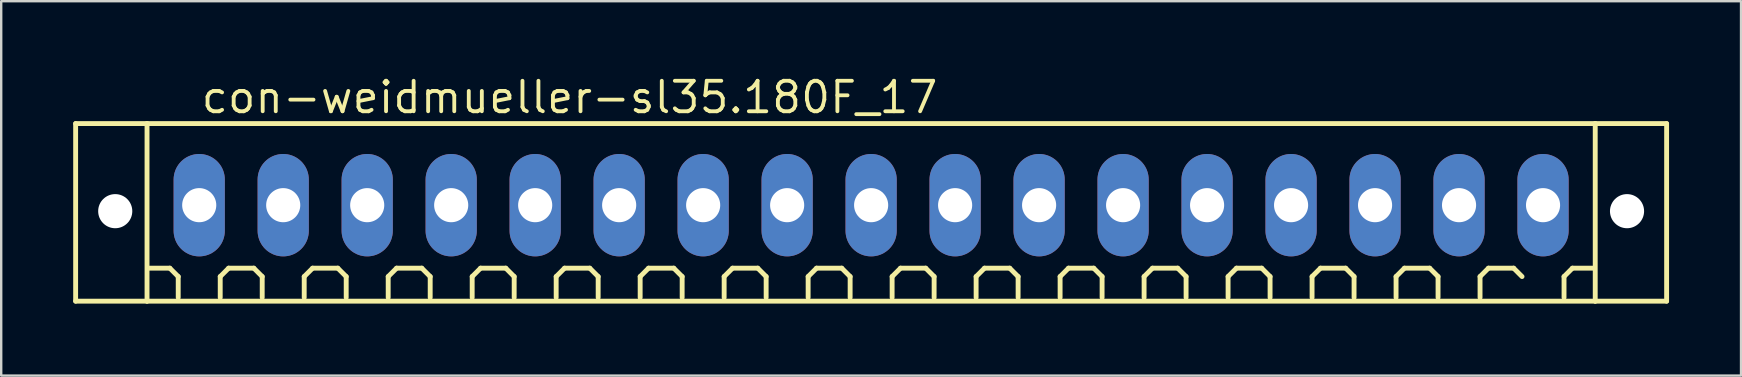
<source format=kicad_pcb>
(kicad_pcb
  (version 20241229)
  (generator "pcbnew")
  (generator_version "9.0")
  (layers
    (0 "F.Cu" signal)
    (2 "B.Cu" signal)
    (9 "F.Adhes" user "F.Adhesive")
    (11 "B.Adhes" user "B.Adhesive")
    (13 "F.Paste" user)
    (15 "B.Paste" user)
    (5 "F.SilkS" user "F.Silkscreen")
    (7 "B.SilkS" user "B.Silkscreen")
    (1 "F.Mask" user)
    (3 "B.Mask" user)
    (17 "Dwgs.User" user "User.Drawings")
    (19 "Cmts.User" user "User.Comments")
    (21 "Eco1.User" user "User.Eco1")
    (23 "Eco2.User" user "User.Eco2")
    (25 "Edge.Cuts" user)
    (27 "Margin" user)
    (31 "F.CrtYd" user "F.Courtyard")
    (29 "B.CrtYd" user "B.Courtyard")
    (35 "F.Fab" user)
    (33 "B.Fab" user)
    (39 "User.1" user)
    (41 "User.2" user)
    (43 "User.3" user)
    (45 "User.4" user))
  (footprint "con-weidmueller-sl35.180F_17"
    (layer "F.Cu")
    (at 33.252 5.5)
    (property "Reference" "con-weidmueller-sl35.180F_17" (at -28 -3.75 0) (layer "F.SilkS") (effects (font (size 1.27 1.27) (thickness 0.16)) (justify left bottom)))
    (attr through_hole)
    (fp_line (start -33.15 -3.4) (end -30.175 -3.4) (stroke (width 0.203) (type default)) (layer "F.SilkS"))
    (fp_line (start -33.15 4) (end -33.15 -3.4) (stroke (width 0.203) (type default)) (layer "F.SilkS"))
    (fp_line (start -30.175 -3.4) (end 30.175 -3.4) (stroke (width 0.203) (type default)) (layer "F.SilkS"))
    (fp_line (start -30.175 4) (end -33.15 4) (stroke (width 0.203) (type default)) (layer "F.SilkS"))
    (fp_line (start -30.175 4) (end -30.175 -3.4) (stroke (width 0.203) (type default)) (layer "F.SilkS"))
    (fp_line (start -29.225 2.625) (end -30.1 2.625) (stroke (width 0.203) (type default)) (layer "F.SilkS"))
    (fp_line (start -28.875 2.975) (end -29.225 2.625) (stroke (width 0.203) (type default)) (layer "F.SilkS"))
    (fp_line (start -28.875 3.85) (end -28.875 2.975) (stroke (width 0.203) (type default)) (layer "F.SilkS"))
    (fp_line (start -27.125 2.975) (end -26.775 2.625) (stroke (width 0.203) (type default)) (layer "F.SilkS"))
    (fp_line (start -27.125 3.85) (end -27.125 2.975) (stroke (width 0.203) (type default)) (layer "F.SilkS"))
    (fp_line (start -26.775 2.625) (end -25.725 2.625) (stroke (width 0.203) (type default)) (layer "F.SilkS"))
    (fp_line (start -25.725 2.625) (end -25.375 2.975) (stroke (width 0.203) (type default)) (layer "F.SilkS"))
    (fp_line (start -25.375 2.975) (end -25.375 3.85) (stroke (width 0.203) (type default)) (layer "F.SilkS"))
    (fp_line (start -23.625 2.975) (end -23.275 2.625) (stroke (width 0.203) (type default)) (layer "F.SilkS"))
    (fp_line (start -23.625 3.85) (end -23.625 2.975) (stroke (width 0.203) (type default)) (layer "F.SilkS"))
    (fp_line (start -23.275 2.625) (end -22.225 2.625) (stroke (width 0.203) (type default)) (layer "F.SilkS"))
    (fp_line (start -22.225 2.625) (end -21.875 2.975) (stroke (width 0.203) (type default)) (layer "F.SilkS"))
    (fp_line (start -21.875 2.975) (end -21.875 3.85) (stroke (width 0.203) (type default)) (layer "F.SilkS"))
    (fp_line (start -20.125 2.975) (end -19.775 2.625) (stroke (width 0.203) (type default)) (layer "F.SilkS"))
    (fp_line (start -20.125 3.85) (end -20.125 2.975) (stroke (width 0.203) (type default)) (layer "F.SilkS"))
    (fp_line (start -19.775 2.625) (end -18.725 2.625) (stroke (width 0.203) (type default)) (layer "F.SilkS"))
    (fp_line (start -18.725 2.625) (end -18.375 2.975) (stroke (width 0.203) (type default)) (layer "F.SilkS"))
    (fp_line (start -18.375 2.975) (end -18.375 3.85) (stroke (width 0.203) (type default)) (layer "F.SilkS"))
    (fp_line (start -16.625 2.975) (end -16.275 2.625) (stroke (width 0.203) (type default)) (layer "F.SilkS"))
    (fp_line (start -16.625 3.85) (end -16.625 2.975) (stroke (width 0.203) (type default)) (layer "F.SilkS"))
    (fp_line (start -16.275 2.625) (end -15.225 2.625) (stroke (width 0.203) (type default)) (layer "F.SilkS"))
    (fp_line (start -15.225 2.625) (end -14.875 2.975) (stroke (width 0.203) (type default)) (layer "F.SilkS"))
    (fp_line (start -14.875 2.975) (end -14.875 3.85) (stroke (width 0.203) (type default)) (layer "F.SilkS"))
    (fp_line (start -13.125 2.975) (end -12.775 2.625) (stroke (width 0.203) (type default)) (layer "F.SilkS"))
    (fp_line (start -13.125 3.85) (end -13.125 2.975) (stroke (width 0.203) (type default)) (layer "F.SilkS"))
    (fp_line (start -12.775 2.625) (end -11.725 2.625) (stroke (width 0.203) (type default)) (layer "F.SilkS"))
    (fp_line (start -11.725 2.625) (end -11.375 2.975) (stroke (width 0.203) (type default)) (layer "F.SilkS"))
    (fp_line (start -11.375 2.975) (end -11.375 3.85) (stroke (width 0.203) (type default)) (layer "F.SilkS"))
    (fp_line (start -9.625 2.975) (end -9.275 2.625) (stroke (width 0.203) (type default)) (layer "F.SilkS"))
    (fp_line (start -9.625 3.85) (end -9.625 2.975) (stroke (width 0.203) (type default)) (layer "F.SilkS"))
    (fp_line (start -9.275 2.625) (end -8.225 2.625) (stroke (width 0.203) (type default)) (layer "F.SilkS"))
    (fp_line (start -8.225 2.625) (end -7.875 2.975) (stroke (width 0.203) (type default)) (layer "F.SilkS"))
    (fp_line (start -7.875 2.975) (end -7.875 3.85) (stroke (width 0.203) (type default)) (layer "F.SilkS"))
    (fp_line (start -6.125 2.975) (end -5.775 2.625) (stroke (width 0.203) (type default)) (layer "F.SilkS"))
    (fp_line (start -6.125 3.85) (end -6.125 2.975) (stroke (width 0.203) (type default)) (layer "F.SilkS"))
    (fp_line (start -5.775 2.625) (end -4.725 2.625) (stroke (width 0.203) (type default)) (layer "F.SilkS"))
    (fp_line (start -4.725 2.625) (end -4.375 2.975) (stroke (width 0.203) (type default)) (layer "F.SilkS"))
    (fp_line (start -4.375 2.975) (end -4.375 3.85) (stroke (width 0.203) (type default)) (layer "F.SilkS"))
    (fp_line (start -2.625 2.975) (end -2.275 2.625) (stroke (width 0.203) (type default)) (layer "F.SilkS"))
    (fp_line (start -2.625 3.85) (end -2.625 2.975) (stroke (width 0.203) (type default)) (layer "F.SilkS"))
    (fp_line (start -2.275 2.625) (end -1.225 2.625) (stroke (width 0.203) (type default)) (layer "F.SilkS"))
    (fp_line (start -1.225 2.625) (end -0.875 2.975) (stroke (width 0.203) (type default)) (layer "F.SilkS"))
    (fp_line (start -0.875 2.975) (end -0.875 3.85) (stroke (width 0.203) (type default)) (layer "F.SilkS"))
    (fp_line (start 0.875 2.975) (end 1.225 2.625) (stroke (width 0.203) (type default)) (layer "F.SilkS"))
    (fp_line (start 0.875 3.85) (end 0.875 2.975) (stroke (width 0.203) (type default)) (layer "F.SilkS"))
    (fp_line (start 1.225 2.625) (end 2.275 2.625) (stroke (width 0.203) (type default)) (layer "F.SilkS"))
    (fp_line (start 2.275 2.625) (end 2.625 2.975) (stroke (width 0.203) (type default)) (layer "F.SilkS"))
    (fp_line (start 2.625 2.975) (end 2.625 3.85) (stroke (width 0.203) (type default)) (layer "F.SilkS"))
    (fp_line (start 4.375 2.975) (end 4.725 2.625) (stroke (width 0.203) (type default)) (layer "F.SilkS"))
    (fp_line (start 4.375 3.85) (end 4.375 2.975) (stroke (width 0.203) (type default)) (layer "F.SilkS"))
    (fp_line (start 4.725 2.625) (end 5.775 2.625) (stroke (width 0.203) (type default)) (layer "F.SilkS"))
    (fp_line (start 5.775 2.625) (end 6.125 2.975) (stroke (width 0.203) (type default)) (layer "F.SilkS"))
    (fp_line (start 6.125 2.975) (end 6.125 3.85) (stroke (width 0.203) (type default)) (layer "F.SilkS"))
    (fp_line (start 7.875 2.975) (end 8.225 2.625) (stroke (width 0.203) (type default)) (layer "F.SilkS"))
    (fp_line (start 7.875 3.85) (end 7.875 2.975) (stroke (width 0.203) (type default)) (layer "F.SilkS"))
    (fp_line (start 8.225 2.625) (end 9.275 2.625) (stroke (width 0.203) (type default)) (layer "F.SilkS"))
    (fp_line (start 9.275 2.625) (end 9.625 2.975) (stroke (width 0.203) (type default)) (layer "F.SilkS"))
    (fp_line (start 9.625 2.975) (end 9.625 3.85) (stroke (width 0.203) (type default)) (layer "F.SilkS"))
    (fp_line (start 11.375 2.975) (end 11.725 2.625) (stroke (width 0.203) (type default)) (layer "F.SilkS"))
    (fp_line (start 11.375 3.85) (end 11.375 2.975) (stroke (width 0.203) (type default)) (layer "F.SilkS"))
    (fp_line (start 11.725 2.625) (end 12.775 2.625) (stroke (width 0.203) (type default)) (layer "F.SilkS"))
    (fp_line (start 12.775 2.625) (end 13.125 2.975) (stroke (width 0.203) (type default)) (layer "F.SilkS"))
    (fp_line (start 13.125 2.975) (end 13.125 3.85) (stroke (width 0.203) (type default)) (layer "F.SilkS"))
    (fp_line (start 14.875 2.975) (end 15.225 2.625) (stroke (width 0.203) (type default)) (layer "F.SilkS"))
    (fp_line (start 14.875 3.85) (end 14.875 2.975) (stroke (width 0.203) (type default)) (layer "F.SilkS"))
    (fp_line (start 15.225 2.625) (end 16.275 2.625) (stroke (width 0.203) (type default)) (layer "F.SilkS"))
    (fp_line (start 16.275 2.625) (end 16.625 2.975) (stroke (width 0.203) (type default)) (layer "F.SilkS"))
    (fp_line (start 16.625 2.975) (end 16.625 3.85) (stroke (width 0.203) (type default)) (layer "F.SilkS"))
    (fp_line (start 18.375 2.975) (end 18.725 2.625) (stroke (width 0.203) (type default)) (layer "F.SilkS"))
    (fp_line (start 18.375 3.85) (end 18.375 2.975) (stroke (width 0.203) (type default)) (layer "F.SilkS"))
    (fp_line (start 18.725 2.625) (end 19.775 2.625) (stroke (width 0.203) (type default)) (layer "F.SilkS"))
    (fp_line (start 19.775 2.625) (end 20.125 2.975) (stroke (width 0.203) (type default)) (layer "F.SilkS"))
    (fp_line (start 20.125 2.975) (end 20.125 3.85) (stroke (width 0.203) (type default)) (layer "F.SilkS"))
    (fp_line (start 21.875 2.975) (end 22.225 2.625) (stroke (width 0.203) (type default)) (layer "F.SilkS"))
    (fp_line (start 21.875 3.85) (end 21.875 2.975) (stroke (width 0.203) (type default)) (layer "F.SilkS"))
    (fp_line (start 22.225 2.625) (end 23.275 2.625) (stroke (width 0.203) (type default)) (layer "F.SilkS"))
    (fp_line (start 23.275 2.625) (end 23.625 2.975) (stroke (width 0.203) (type default)) (layer "F.SilkS"))
    (fp_line (start 23.625 2.975) (end 23.625 3.85) (stroke (width 0.203) (type default)) (layer "F.SilkS"))
    (fp_line (start 25.375 2.975) (end 25.725 2.625) (stroke (width 0.203) (type default)) (layer "F.SilkS"))
    (fp_line (start 25.375 3.85) (end 25.375 2.975) (stroke (width 0.203) (type default)) (layer "F.SilkS"))
    (fp_line (start 25.725 2.625) (end 26.775 2.625) (stroke (width 0.203) (type default)) (layer "F.SilkS"))
    (fp_line (start 26.775 2.625) (end 27.125 2.975) (stroke (width 0.203) (type default)) (layer "F.SilkS"))
    (fp_line (start 28.875 2.975) (end 29.225 2.625) (stroke (width 0.203) (type default)) (layer "F.SilkS"))
    (fp_line (start 28.875 3.85) (end 28.875 2.975) (stroke (width 0.203) (type default)) (layer "F.SilkS"))
    (fp_line (start 29.225 2.625) (end 30.1 2.625) (stroke (width 0.203) (type default)) (layer "F.SilkS"))
    (fp_line (start 30.175 -3.4) (end 30.175 4) (stroke (width 0.203) (type default)) (layer "F.SilkS"))
    (fp_line (start 30.175 -3.4) (end 33.15 -3.4) (stroke (width 0.203) (type default)) (layer "F.SilkS"))
    (fp_line (start 30.175 4) (end -30.175 4) (stroke (width 0.203) (type default)) (layer "F.SilkS"))
    (fp_line (start 33.15 -3.4) (end 33.15 4) (stroke (width 0.203) (type default)) (layer "F.SilkS"))
    (fp_line (start 33.15 4) (end 30.175 4) (stroke (width 0.203) (type default)) (layer "F.SilkS"))
    (pad "" np_thru_hole circle (at -31.5 0.25) (size 1.422 1.422) (drill 1.422) (layers "*.Cu" "*.Mask"))
    (pad "" np_thru_hole circle (at 31.5 0.25) (size 1.422 1.422) (drill 1.422) (layers "*.Cu" "*.Mask"))
    (pad "1" thru_hole oval (at -28 0 90) (size 4.267 2.134) (drill 1.422) (layers "*.Cu" "*.Mask"))
    (pad "2" thru_hole oval (at -24.5 0 90) (size 4.267 2.134) (drill 1.422) (layers "*.Cu" "*.Mask"))
    (pad "3" thru_hole oval (at -21 0 90) (size 4.267 2.134) (drill 1.422) (layers "*.Cu" "*.Mask"))
    (pad "4" thru_hole oval (at -17.5 0 90) (size 4.267 2.134) (drill 1.422) (layers "*.Cu" "*.Mask"))
    (pad "5" thru_hole oval (at -14 0 90) (size 4.267 2.134) (drill 1.422) (layers "*.Cu" "*.Mask"))
    (pad "6" thru_hole oval (at -10.5 0 90) (size 4.267 2.134) (drill 1.422) (layers "*.Cu" "*.Mask"))
    (pad "7" thru_hole oval (at -7 0 90) (size 4.267 2.134) (drill 1.422) (layers "*.Cu" "*.Mask"))
    (pad "8" thru_hole oval (at -3.5 0 90) (size 4.267 2.134) (drill 1.422) (layers "*.Cu" "*.Mask"))
    (pad "9" thru_hole oval (at 0 0 90) (size 4.267 2.134) (drill 1.422) (layers "*.Cu" "*.Mask"))
    (pad "10" thru_hole oval (at 3.5 0 90) (size 4.267 2.134) (drill 1.422) (layers "*.Cu" "*.Mask"))
    (pad "11" thru_hole oval (at 7 0 90) (size 4.267 2.134) (drill 1.422) (layers "*.Cu" "*.Mask"))
    (pad "12" thru_hole oval (at 10.5 0 90) (size 4.267 2.134) (drill 1.422) (layers "*.Cu" "*.Mask"))
    (pad "13" thru_hole oval (at 14 0 90) (size 4.267 2.134) (drill 1.422) (layers "*.Cu" "*.Mask"))
    (pad "14" thru_hole oval (at 17.5 0 90) (size 4.267 2.134) (drill 1.422) (layers "*.Cu" "*.Mask"))
    (pad "15" thru_hole oval (at 21 0 90) (size 4.267 2.134) (drill 1.422) (layers "*.Cu" "*.Mask"))
    (pad "16" thru_hole oval (at 24.5 0 90) (size 4.267 2.134) (drill 1.422) (layers "*.Cu" "*.Mask"))
    (pad "17" thru_hole oval (at 28 0 90) (size 4.267 2.134) (drill 1.422) (layers "*.Cu" "*.Mask")))
  (gr_rect
    (start -3 -3)
    (end 69.503 12.602)
    (stroke (width 0.1) (type default))
    (fill no)
    (layer "Edge.Cuts")))
</source>
